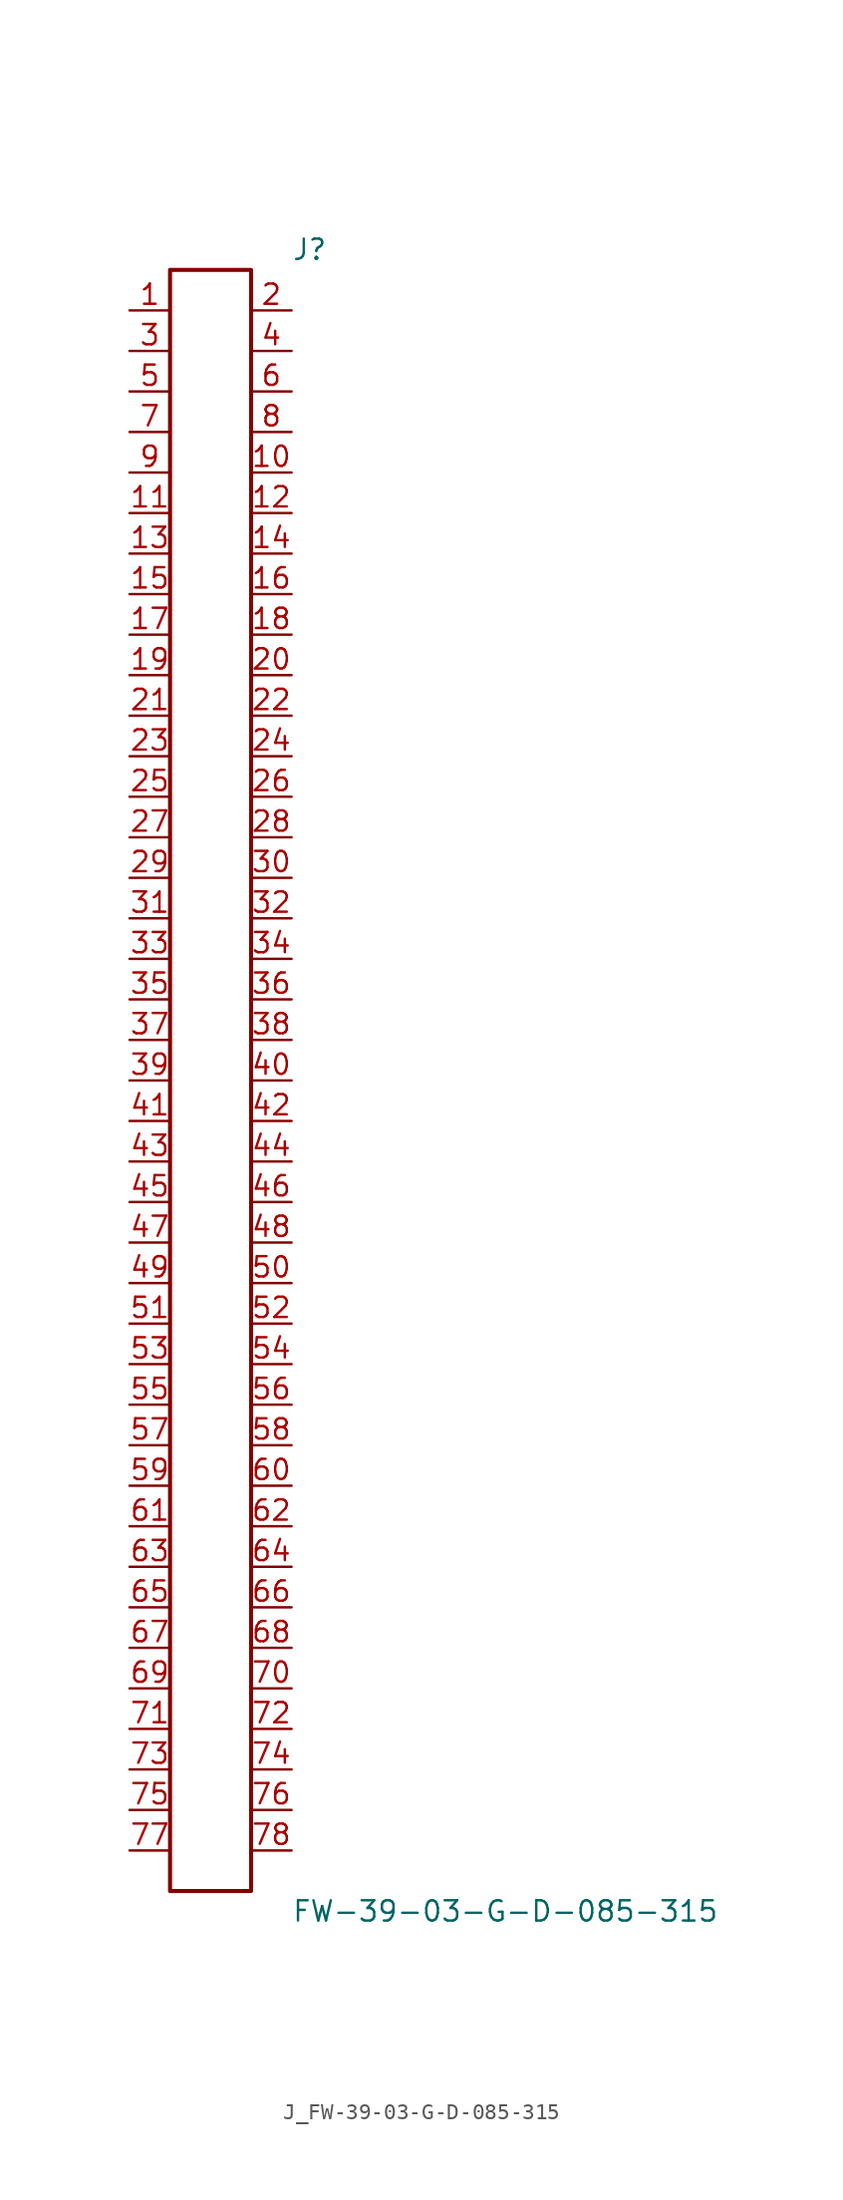
<source format=kicad_sym>
(kicad_symbol_lib
  (version 20231120)
  (generator kicad_symbol_editor)
  (generator_version 8.0)
  (symbol "J_FW-39-03-G-D-085-315"
    (pin_names
      (offset 0.254))
    (property "Reference" "J"
      (at 5.08 52.07 0)
      (effects (font (size 1.27 1.27)) (justify left)))
    (property "Value" "FW-39-03-G-D-085-315"
      (at 5.08 -52.07 0)
      (effects (font (size 1.27 1.27)) (justify left)))
    (symbol "J_FW-39-03-G-D-085-315_0_0"
      (pin unspecified line (at -5.08 48.26 0) (length 2.54) (name "" (effects (font (size 1.27 1.27)))) (number "1" (effects (font (size 1.27 1.27)))))
      (pin unspecified line (at 5.08 48.26 180) (length 2.54) (name "" (effects (font (size 1.27 1.27)))) (number "2" (effects (font (size 1.27 1.27)))))
      (pin unspecified line (at -5.08 45.72 0) (length 2.54) (name "" (effects (font (size 1.27 1.27)))) (number "3" (effects (font (size 1.27 1.27)))))
      (pin unspecified line (at 5.08 45.72 180) (length 2.54) (name "" (effects (font (size 1.27 1.27)))) (number "4" (effects (font (size 1.27 1.27)))))
      (pin unspecified line (at -5.08 43.18 0) (length 2.54) (name "" (effects (font (size 1.27 1.27)))) (number "5" (effects (font (size 1.27 1.27)))))
      (pin unspecified line (at 5.08 43.18 180) (length 2.54) (name "" (effects (font (size 1.27 1.27)))) (number "6" (effects (font (size 1.27 1.27)))))
      (pin unspecified line (at -5.08 40.64 0) (length 2.54) (name "" (effects (font (size 1.27 1.27)))) (number "7" (effects (font (size 1.27 1.27)))))
      (pin unspecified line (at 5.08 40.64 180) (length 2.54) (name "" (effects (font (size 1.27 1.27)))) (number "8" (effects (font (size 1.27 1.27)))))
      (pin unspecified line (at -5.08 38.1 0) (length 2.54) (name "" (effects (font (size 1.27 1.27)))) (number "9" (effects (font (size 1.27 1.27)))))
      (pin unspecified line (at 5.08 38.1 180) (length 2.54) (name "" (effects (font (size 1.27 1.27)))) (number "10" (effects (font (size 1.27 1.27)))))
      (pin unspecified line (at -5.08 35.56 0) (length 2.54) (name "" (effects (font (size 1.27 1.27)))) (number "11" (effects (font (size 1.27 1.27)))))
      (pin unspecified line (at 5.08 35.56 180) (length 2.54) (name "" (effects (font (size 1.27 1.27)))) (number "12" (effects (font (size 1.27 1.27)))))
      (pin unspecified line (at -5.08 33.02 0) (length 2.54) (name "" (effects (font (size 1.27 1.27)))) (number "13" (effects (font (size 1.27 1.27)))))
      (pin unspecified line (at 5.08 33.02 180) (length 2.54) (name "" (effects (font (size 1.27 1.27)))) (number "14" (effects (font (size 1.27 1.27)))))
      (pin unspecified line (at -5.08 30.48 0) (length 2.54) (name "" (effects (font (size 1.27 1.27)))) (number "15" (effects (font (size 1.27 1.27)))))
      (pin unspecified line (at 5.08 30.48 180) (length 2.54) (name "" (effects (font (size 1.27 1.27)))) (number "16" (effects (font (size 1.27 1.27)))))
      (pin unspecified line (at -5.08 27.94 0) (length 2.54) (name "" (effects (font (size 1.27 1.27)))) (number "17" (effects (font (size 1.27 1.27)))))
      (pin unspecified line (at 5.08 27.94 180) (length 2.54) (name "" (effects (font (size 1.27 1.27)))) (number "18" (effects (font (size 1.27 1.27)))))
      (pin unspecified line (at -5.08 25.4 0) (length 2.54) (name "" (effects (font (size 1.27 1.27)))) (number "19" (effects (font (size 1.27 1.27)))))
      (pin unspecified line (at 5.08 25.4 180) (length 2.54) (name "" (effects (font (size 1.27 1.27)))) (number "20" (effects (font (size 1.27 1.27)))))
      (pin unspecified line (at -5.08 22.86 0) (length 2.54) (name "" (effects (font (size 1.27 1.27)))) (number "21" (effects (font (size 1.27 1.27)))))
      (pin unspecified line (at 5.08 22.86 180) (length 2.54) (name "" (effects (font (size 1.27 1.27)))) (number "22" (effects (font (size 1.27 1.27)))))
      (pin unspecified line (at -5.08 20.32 0) (length 2.54) (name "" (effects (font (size 1.27 1.27)))) (number "23" (effects (font (size 1.27 1.27)))))
      (pin unspecified line (at 5.08 20.32 180) (length 2.54) (name "" (effects (font (size 1.27 1.27)))) (number "24" (effects (font (size 1.27 1.27)))))
      (pin unspecified line (at -5.08 17.78 0) (length 2.54) (name "" (effects (font (size 1.27 1.27)))) (number "25" (effects (font (size 1.27 1.27)))))
      (pin unspecified line (at 5.08 17.78 180) (length 2.54) (name "" (effects (font (size 1.27 1.27)))) (number "26" (effects (font (size 1.27 1.27)))))
      (pin unspecified line (at -5.08 15.24 0) (length 2.54) (name "" (effects (font (size 1.27 1.27)))) (number "27" (effects (font (size 1.27 1.27)))))
      (pin unspecified line (at 5.08 15.24 180) (length 2.54) (name "" (effects (font (size 1.27 1.27)))) (number "28" (effects (font (size 1.27 1.27)))))
      (pin unspecified line (at -5.08 12.7 0) (length 2.54) (name "" (effects (font (size 1.27 1.27)))) (number "29" (effects (font (size 1.27 1.27)))))
      (pin unspecified line (at 5.08 12.7 180) (length 2.54) (name "" (effects (font (size 1.27 1.27)))) (number "30" (effects (font (size 1.27 1.27)))))
      (pin unspecified line (at -5.08 10.16 0) (length 2.54) (name "" (effects (font (size 1.27 1.27)))) (number "31" (effects (font (size 1.27 1.27)))))
      (pin unspecified line (at 5.08 10.16 180) (length 2.54) (name "" (effects (font (size 1.27 1.27)))) (number "32" (effects (font (size 1.27 1.27)))))
      (pin unspecified line (at -5.08 7.62 0) (length 2.54) (name "" (effects (font (size 1.27 1.27)))) (number "33" (effects (font (size 1.27 1.27)))))
      (pin unspecified line (at 5.08 7.62 180) (length 2.54) (name "" (effects (font (size 1.27 1.27)))) (number "34" (effects (font (size 1.27 1.27)))))
      (pin unspecified line (at -5.08 5.08 0) (length 2.54) (name "" (effects (font (size 1.27 1.27)))) (number "35" (effects (font (size 1.27 1.27)))))
      (pin unspecified line (at 5.08 5.08 180) (length 2.54) (name "" (effects (font (size 1.27 1.27)))) (number "36" (effects (font (size 1.27 1.27)))))
      (pin unspecified line (at -5.08 2.54 0) (length 2.54) (name "" (effects (font (size 1.27 1.27)))) (number "37" (effects (font (size 1.27 1.27)))))
      (pin unspecified line (at 5.08 2.54 180) (length 2.54) (name "" (effects (font (size 1.27 1.27)))) (number "38" (effects (font (size 1.27 1.27)))))
      (pin unspecified line (at -5.08 0.0 0) (length 2.54) (name "" (effects (font (size 1.27 1.27)))) (number "39" (effects (font (size 1.27 1.27)))))
      (pin unspecified line (at 5.08 0.0 180) (length 2.54) (name "" (effects (font (size 1.27 1.27)))) (number "40" (effects (font (size 1.27 1.27)))))
      (pin unspecified line (at -5.08 -2.54 0) (length 2.54) (name "" (effects (font (size 1.27 1.27)))) (number "41" (effects (font (size 1.27 1.27)))))
      (pin unspecified line (at 5.08 -2.54 180) (length 2.54) (name "" (effects (font (size 1.27 1.27)))) (number "42" (effects (font (size 1.27 1.27)))))
      (pin unspecified line (at -5.08 -5.08 0) (length 2.54) (name "" (effects (font (size 1.27 1.27)))) (number "43" (effects (font (size 1.27 1.27)))))
      (pin unspecified line (at 5.08 -5.08 180) (length 2.54) (name "" (effects (font (size 1.27 1.27)))) (number "44" (effects (font (size 1.27 1.27)))))
      (pin unspecified line (at -5.08 -7.62 0) (length 2.54) (name "" (effects (font (size 1.27 1.27)))) (number "45" (effects (font (size 1.27 1.27)))))
      (pin unspecified line (at 5.08 -7.62 180) (length 2.54) (name "" (effects (font (size 1.27 1.27)))) (number "46" (effects (font (size 1.27 1.27)))))
      (pin unspecified line (at -5.08 -10.16 0) (length 2.54) (name "" (effects (font (size 1.27 1.27)))) (number "47" (effects (font (size 1.27 1.27)))))
      (pin unspecified line (at 5.08 -10.16 180) (length 2.54) (name "" (effects (font (size 1.27 1.27)))) (number "48" (effects (font (size 1.27 1.27)))))
      (pin unspecified line (at -5.08 -12.7 0) (length 2.54) (name "" (effects (font (size 1.27 1.27)))) (number "49" (effects (font (size 1.27 1.27)))))
      (pin unspecified line (at 5.08 -12.7 180) (length 2.54) (name "" (effects (font (size 1.27 1.27)))) (number "50" (effects (font (size 1.27 1.27)))))
      (pin unspecified line (at -5.08 -15.24 0) (length 2.54) (name "" (effects (font (size 1.27 1.27)))) (number "51" (effects (font (size 1.27 1.27)))))
      (pin unspecified line (at 5.08 -15.24 180) (length 2.54) (name "" (effects (font (size 1.27 1.27)))) (number "52" (effects (font (size 1.27 1.27)))))
      (pin unspecified line (at -5.08 -17.78 0) (length 2.54) (name "" (effects (font (size 1.27 1.27)))) (number "53" (effects (font (size 1.27 1.27)))))
      (pin unspecified line (at 5.08 -17.78 180) (length 2.54) (name "" (effects (font (size 1.27 1.27)))) (number "54" (effects (font (size 1.27 1.27)))))
      (pin unspecified line (at -5.08 -20.32 0) (length 2.54) (name "" (effects (font (size 1.27 1.27)))) (number "55" (effects (font (size 1.27 1.27)))))
      (pin unspecified line (at 5.08 -20.32 180) (length 2.54) (name "" (effects (font (size 1.27 1.27)))) (number "56" (effects (font (size 1.27 1.27)))))
      (pin unspecified line (at -5.08 -22.86 0) (length 2.54) (name "" (effects (font (size 1.27 1.27)))) (number "57" (effects (font (size 1.27 1.27)))))
      (pin unspecified line (at 5.08 -22.86 180) (length 2.54) (name "" (effects (font (size 1.27 1.27)))) (number "58" (effects (font (size 1.27 1.27)))))
      (pin unspecified line (at -5.08 -25.4 0) (length 2.54) (name "" (effects (font (size 1.27 1.27)))) (number "59" (effects (font (size 1.27 1.27)))))
      (pin unspecified line (at 5.08 -25.4 180) (length 2.54) (name "" (effects (font (size 1.27 1.27)))) (number "60" (effects (font (size 1.27 1.27)))))
      (pin unspecified line (at -5.08 -27.94 0) (length 2.54) (name "" (effects (font (size 1.27 1.27)))) (number "61" (effects (font (size 1.27 1.27)))))
      (pin unspecified line (at 5.08 -27.94 180) (length 2.54) (name "" (effects (font (size 1.27 1.27)))) (number "62" (effects (font (size 1.27 1.27)))))
      (pin unspecified line (at -5.08 -30.48 0) (length 2.54) (name "" (effects (font (size 1.27 1.27)))) (number "63" (effects (font (size 1.27 1.27)))))
      (pin unspecified line (at 5.08 -30.48 180) (length 2.54) (name "" (effects (font (size 1.27 1.27)))) (number "64" (effects (font (size 1.27 1.27)))))
      (pin unspecified line (at -5.08 -33.02 0) (length 2.54) (name "" (effects (font (size 1.27 1.27)))) (number "65" (effects (font (size 1.27 1.27)))))
      (pin unspecified line (at 5.08 -33.02 180) (length 2.54) (name "" (effects (font (size 1.27 1.27)))) (number "66" (effects (font (size 1.27 1.27)))))
      (pin unspecified line (at -5.08 -35.56 0) (length 2.54) (name "" (effects (font (size 1.27 1.27)))) (number "67" (effects (font (size 1.27 1.27)))))
      (pin unspecified line (at 5.08 -35.56 180) (length 2.54) (name "" (effects (font (size 1.27 1.27)))) (number "68" (effects (font (size 1.27 1.27)))))
      (pin unspecified line (at -5.08 -38.1 0) (length 2.54) (name "" (effects (font (size 1.27 1.27)))) (number "69" (effects (font (size 1.27 1.27)))))
      (pin unspecified line (at 5.08 -38.1 180) (length 2.54) (name "" (effects (font (size 1.27 1.27)))) (number "70" (effects (font (size 1.27 1.27)))))
      (pin unspecified line (at -5.08 -40.64 0) (length 2.54) (name "" (effects (font (size 1.27 1.27)))) (number "71" (effects (font (size 1.27 1.27)))))
      (pin unspecified line (at 5.08 -40.64 180) (length 2.54) (name "" (effects (font (size 1.27 1.27)))) (number "72" (effects (font (size 1.27 1.27)))))
      (pin unspecified line (at -5.08 -43.18 0) (length 2.54) (name "" (effects (font (size 1.27 1.27)))) (number "73" (effects (font (size 1.27 1.27)))))
      (pin unspecified line (at 5.08 -43.18 180) (length 2.54) (name "" (effects (font (size 1.27 1.27)))) (number "74" (effects (font (size 1.27 1.27)))))
      (pin unspecified line (at -5.08 -45.72 0) (length 2.54) (name "" (effects (font (size 1.27 1.27)))) (number "75" (effects (font (size 1.27 1.27)))))
      (pin unspecified line (at 5.08 -45.72 180) (length 2.54) (name "" (effects (font (size 1.27 1.27)))) (number "76" (effects (font (size 1.27 1.27)))))
      (pin unspecified line (at -5.08 -48.26 0) (length 2.54) (name "" (effects (font (size 1.27 1.27)))) (number "77" (effects (font (size 1.27 1.27)))))
      (pin unspecified line (at 5.08 -48.26 180) (length 2.54) (name "" (effects (font (size 1.27 1.27)))) (number "78" (effects (font (size 1.27 1.27))))))
    (symbol "J_FW-39-03-G-D-085-315_1_0"
      (rectangle (start -2.54 50.8) (end 2.54 -50.8) (stroke (width 0.254) (type solid)) (fill (type none))))))
</source>
